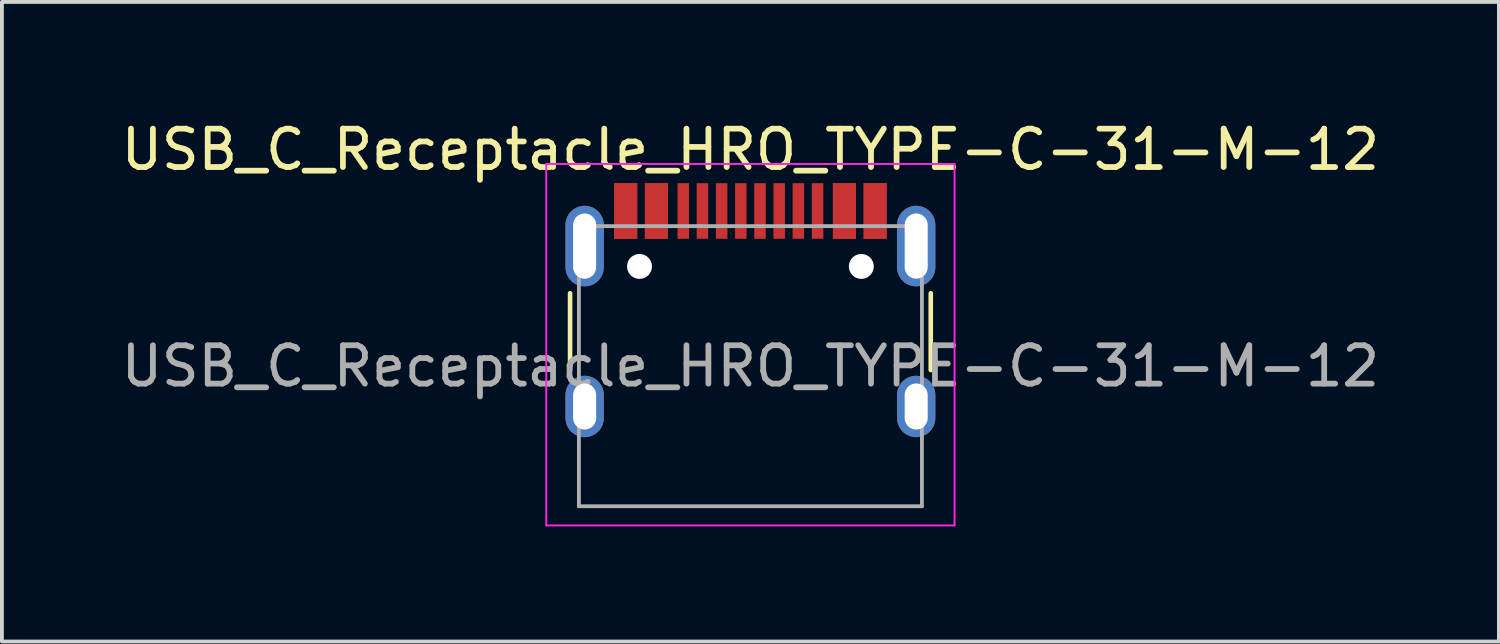
<source format=kicad_pcb>
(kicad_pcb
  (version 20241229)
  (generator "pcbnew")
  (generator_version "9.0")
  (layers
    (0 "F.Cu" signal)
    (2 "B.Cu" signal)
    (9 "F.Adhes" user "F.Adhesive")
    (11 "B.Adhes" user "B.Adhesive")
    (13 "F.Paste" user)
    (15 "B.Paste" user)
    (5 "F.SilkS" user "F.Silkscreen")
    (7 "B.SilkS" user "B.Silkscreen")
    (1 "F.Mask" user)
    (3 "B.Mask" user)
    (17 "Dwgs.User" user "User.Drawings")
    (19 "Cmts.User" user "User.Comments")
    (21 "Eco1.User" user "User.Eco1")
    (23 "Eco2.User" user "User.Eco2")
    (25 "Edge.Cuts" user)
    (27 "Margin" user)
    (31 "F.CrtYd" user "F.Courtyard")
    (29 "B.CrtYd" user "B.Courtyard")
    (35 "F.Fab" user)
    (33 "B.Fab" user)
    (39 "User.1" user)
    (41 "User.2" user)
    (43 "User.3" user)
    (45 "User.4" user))
  (footprint "USB_C_Receptacle_HRO_TYPE-C-31-M-12"
    (layer "F.Cu")
    (at 16.506 6.493)
    (property "Reference" "USB_C_Receptacle_HRO_TYPE-C-31-M-12" (at 0 -5.645 0) (layer "F.SilkS") (effects (font (size 1 1) (thickness 0.15))))
    (attr smd)
    (fp_line (start -4.7 -1.9) (end -4.7 0.1) (stroke (width 0.12) (type solid)) (layer "F.SilkS"))
    (fp_line (start 4.7 -1.9) (end 4.7 0.1) (stroke (width 0.12) (type solid)) (layer "F.SilkS"))
    (fp_line (start -5.32 -5.27) (end -5.32 4.15) (stroke (width 0.05) (type solid)) (layer "F.CrtYd"))
    (fp_line (start -5.32 -5.27) (end 5.32 -5.27) (stroke (width 0.05) (type solid)) (layer "F.CrtYd"))
    (fp_line (start -5.32 4.15) (end 5.32 4.15) (stroke (width 0.05) (type solid)) (layer "F.CrtYd"))
    (fp_line (start 5.32 -5.27) (end 5.32 4.15) (stroke (width 0.05) (type solid)) (layer "F.CrtYd"))
    (fp_line (start -4.47 -3.65) (end -4.47 3.65) (stroke (width 0.1) (type solid)) (layer "F.Fab"))
    (fp_line (start -4.47 -3.65) (end 4.47 -3.65) (stroke (width 0.1) (type solid)) (layer "F.Fab"))
    (fp_line (start -4.47 3.65) (end 4.47 3.65) (stroke (width 0.1) (type solid)) (layer "F.Fab"))
    (fp_line (start 4.47 -3.65) (end 4.47 3.65) (stroke (width 0.1) (type solid)) (layer "F.Fab"))
    (fp_text user "${REFERENCE}" (at 0 0 0) (layer "F.Fab") (effects (font (size 1 1) (thickness 0.15))))
    (pad "" np_thru_hole circle (at -2.89 -2.6) (size 0.65 0.65) (drill 0.65) (layers "*.Cu" "*.Mask"))
    (pad "" np_thru_hole circle (at 2.89 -2.6) (size 0.65 0.65) (drill 0.65) (layers "*.Cu" "*.Mask"))
    (pad "A1" smd rect (at -3.25 -4.045) (size 0.6 1.45) (layers "F.Cu" "F.Mask" "F.Paste"))
    (pad "A4" smd rect (at -2.45 -4.045) (size 0.6 1.45) (layers "F.Cu" "F.Mask" "F.Paste"))
    (pad "A5" smd rect (at -1.25 -4.045) (size 0.3 1.45) (layers "F.Cu" "F.Mask" "F.Paste"))
    (pad "A6" smd rect (at -0.25 -4.045) (size 0.3 1.45) (layers "F.Cu" "F.Mask" "F.Paste"))
    (pad "A7" smd rect (at 0.25 -4.045) (size 0.3 1.45) (layers "F.Cu" "F.Mask" "F.Paste"))
    (pad "A8" smd rect (at 1.25 -4.045) (size 0.3 1.45) (layers "F.Cu" "F.Mask" "F.Paste"))
    (pad "A9" smd rect (at 2.45 -4.045) (size 0.6 1.45) (layers "F.Cu" "F.Mask" "F.Paste"))
    (pad "A12" smd rect (at 3.25 -4.045) (size 0.6 1.45) (layers "F.Cu" "F.Mask" "F.Paste"))
    (pad "B1" smd rect (at 3.25 -4.045) (size 0.6 1.45) (layers "F.Cu" "F.Mask" "F.Paste"))
    (pad "B4" smd rect (at 2.45 -4.045) (size 0.6 1.45) (layers "F.Cu" "F.Mask" "F.Paste"))
    (pad "B5" smd rect (at 1.75 -4.045) (size 0.3 1.45) (layers "F.Cu" "F.Mask" "F.Paste"))
    (pad "B6" smd rect (at 0.75 -4.045) (size 0.3 1.45) (layers "F.Cu" "F.Mask" "F.Paste"))
    (pad "B7" smd rect (at -0.75 -4.045) (size 0.3 1.45) (layers "F.Cu" "F.Mask" "F.Paste"))
    (pad "B8" smd rect (at -1.75 -4.045) (size 0.3 1.45) (layers "F.Cu" "F.Mask" "F.Paste"))
    (pad "B9" smd rect (at -2.45 -4.045) (size 0.6 1.45) (layers "F.Cu" "F.Mask" "F.Paste"))
    (pad "B12" smd rect (at -3.25 -4.045) (size 0.6 1.45) (layers "F.Cu" "F.Mask" "F.Paste"))
    (pad "S1" thru_hole oval (at -4.32 -3.13) (size 1 2.1) (drill oval 0.6 1.7) (layers "*.Cu" "*.Mask"))
    (pad "S1" thru_hole oval (at -4.32 1.05) (size 1 1.6) (drill oval 0.6 1.2) (layers "*.Cu" "*.Mask"))
    (pad "S1" thru_hole oval (at 4.32 -3.13) (size 1 2.1) (drill oval 0.6 1.7) (layers "*.Cu" "*.Mask"))
    (pad "S1" thru_hole oval (at 4.32 1.05) (size 1 1.6) (drill oval 0.6 1.2) (layers "*.Cu" "*.Mask")))
  (gr_rect
    (start -3 -3)
    (end 36.012 13.668)
    (stroke (width 0.1) (type default))
    (fill no)
    (layer "Edge.Cuts")))
</source>
